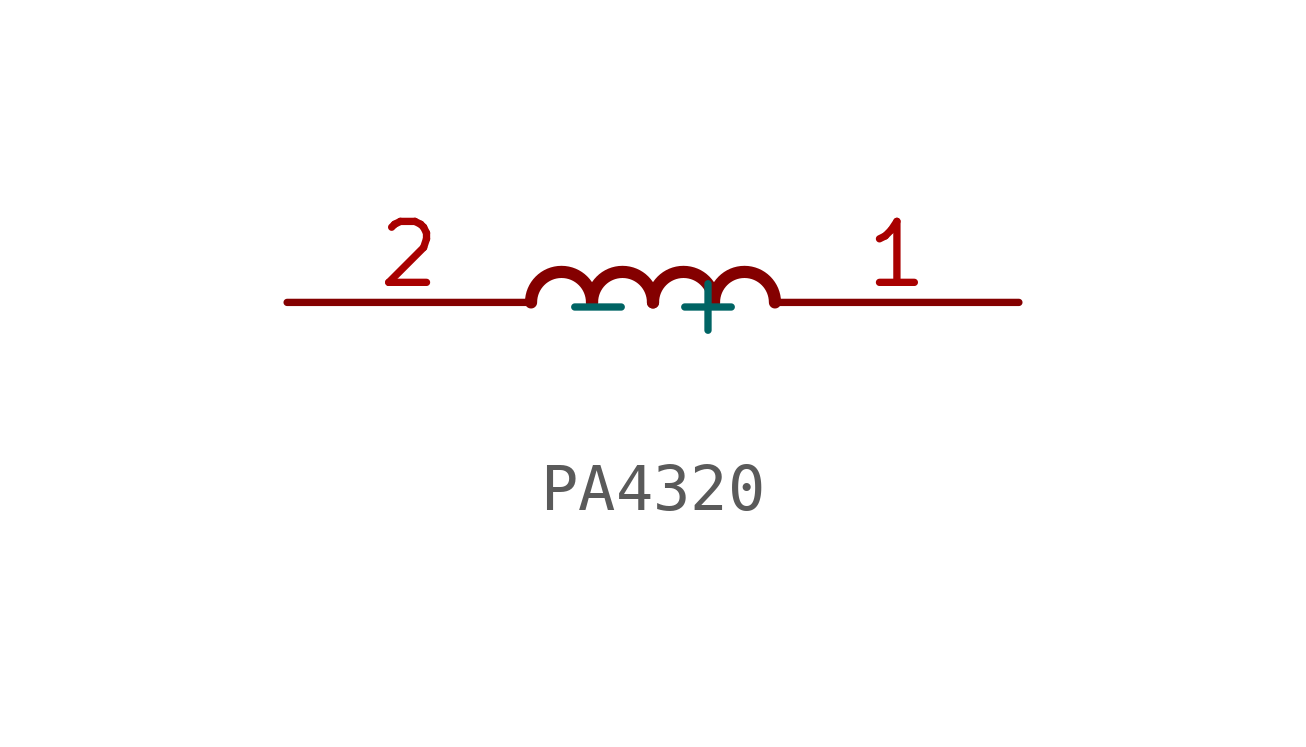
<source format=kicad_sym>
(kicad_symbol_lib
  (version 20220914)
  (generator kicad_symbol_editor)
  (symbol "PA4320"
    (property "Reference" ""
      (at -2.54 1.27 0)
      (effects (font (size 1.27 1.079)) (justify left bottom) hide))
    (property "Value" ""
      (at -2.54 -2.54 0)
      (effects (font (size 1.27 1.079)) (justify left bottom)))
    (property "ki_locked" ""
      (at 0 0 0)
      (effects (font (size 1.27 1.27))))
    (symbol "PA4320_1_0"
      (arc (start -1.27 0) (mid -1.905 0.635) (end -2.54 0) (stroke (width 0.254) (type solid)) (fill (type none)))
      (arc (start 0 0) (mid -0.635 0.635) (end -1.27 0) (stroke (width 0.254) (type solid)) (fill (type none)))
      (arc (start 1.27 0) (mid 0.635 0.635) (end 0 0) (stroke (width 0.254) (type solid)) (fill (type none)))
      (arc (start 2.54 0) (mid 1.905 0.635) (end 1.27 0) (stroke (width 0.254) (type solid)) (fill (type none)))
      (pin bidirectional line (at 7.62 0 180) (length 5.08) (name "+" (effects (font (size 1.27 1.27)))) (number "1" (effects (font (size 1.27 1.27)))))
      (pin bidirectional line (at -7.62 0 0) (length 5.08) (name "-" (effects (font (size 1.27 1.27)))) (number "2" (effects (font (size 1.27 1.27))))))))
</source>
